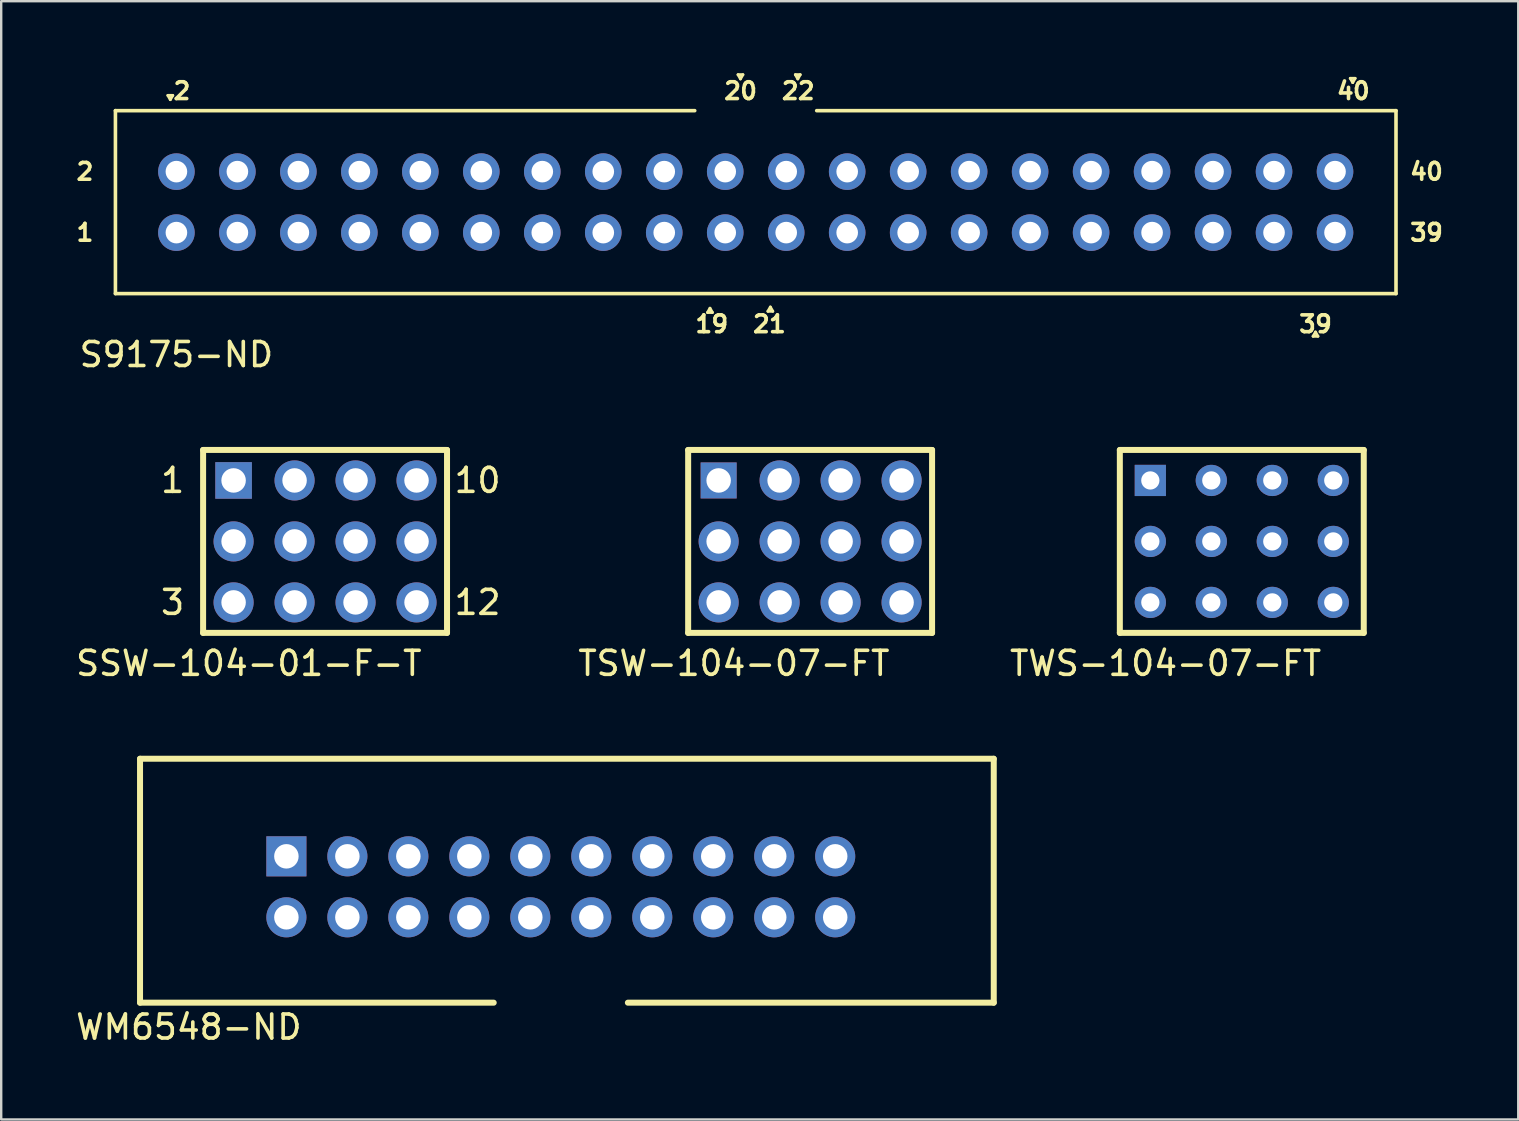
<source format=kicad_pcb>
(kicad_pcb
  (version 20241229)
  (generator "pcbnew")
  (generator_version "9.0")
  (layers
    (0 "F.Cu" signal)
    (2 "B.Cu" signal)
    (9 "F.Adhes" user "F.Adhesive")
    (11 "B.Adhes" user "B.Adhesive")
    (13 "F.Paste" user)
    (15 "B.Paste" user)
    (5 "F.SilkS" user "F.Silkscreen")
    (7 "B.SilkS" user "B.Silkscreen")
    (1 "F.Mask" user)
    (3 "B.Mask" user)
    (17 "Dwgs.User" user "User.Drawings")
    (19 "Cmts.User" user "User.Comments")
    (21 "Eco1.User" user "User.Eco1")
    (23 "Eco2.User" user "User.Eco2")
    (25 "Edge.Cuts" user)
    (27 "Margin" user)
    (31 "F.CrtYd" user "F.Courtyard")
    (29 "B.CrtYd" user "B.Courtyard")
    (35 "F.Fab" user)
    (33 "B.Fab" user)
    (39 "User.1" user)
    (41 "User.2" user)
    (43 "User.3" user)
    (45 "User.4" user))
  (footprint "SSW-104-01-F-T"
    (layer "F.Cu")
    (at 6.68 16.962)
    (property "Reference" "SSW-104-01-F-T" (at 0.635 7.62 0) (layer "F.SilkS") (effects (font (size 1 1) (thickness 0.15))))
    (attr through_hole)
    (fp_line (start -1.27 -1.27) (end -1.27 6.35) (stroke (width 0.25) (type solid)) (layer "F.SilkS"))
    (fp_line (start -1.27 6.35) (end 8.89 6.35) (stroke (width 0.25) (type solid)) (layer "F.SilkS"))
    (fp_line (start 8.89 -1.27) (end -1.27 -1.27) (stroke (width 0.25) (type solid)) (layer "F.SilkS"))
    (fp_line (start 8.89 6.35) (end 8.89 -1.27) (stroke (width 0.25) (type solid)) (layer "F.SilkS"))
    (fp_text user "10" (at 10.16 0 0) (layer "F.SilkS") (effects (font (size 1 1) (thickness 0.15))))
    (fp_text user "3" (at -2.54 5.08 0) (layer "F.SilkS") (effects (font (size 1 1) (thickness 0.15))))
    (fp_text user "1" (at -2.54 0 0) (layer "F.SilkS") (effects (font (size 1 1) (thickness 0.15))))
    (fp_text user "12" (at 10.16 5.08 0) (layer "F.SilkS") (effects (font (size 1 1) (thickness 0.15))))
    (pad "1" thru_hole rect (at 0 0) (size 1.524 1.524) (drill 1.02) (layers "*.Cu" "*.Mask"))
    (pad "2" thru_hole circle (at 0 2.54) (size 1.67 1.67) (drill 1.02) (layers "*.Cu" "*.Mask"))
    (pad "3" thru_hole circle (at 0 5.08) (size 1.67 1.67) (drill 1.02) (layers "*.Cu" "*.Mask"))
    (pad "4" thru_hole circle (at 2.54 0) (size 1.67 1.67) (drill 1.02) (layers "*.Cu" "*.Mask"))
    (pad "5" thru_hole circle (at 2.54 2.54) (size 1.67 1.67) (drill 1.02) (layers "*.Cu" "*.Mask"))
    (pad "6" thru_hole circle (at 2.54 5.08) (size 1.67 1.67) (drill 1.02) (layers "*.Cu" "*.Mask"))
    (pad "7" thru_hole circle (at 5.08 0) (size 1.67 1.67) (drill 1.02) (layers "*.Cu" "*.Mask"))
    (pad "8" thru_hole circle (at 5.08 2.54) (size 1.67 1.67) (drill 1.02) (layers "*.Cu" "*.Mask"))
    (pad "9" thru_hole circle (at 5.08 5.08) (size 1.67 1.67) (drill 1.02) (layers "*.Cu" "*.Mask"))
    (pad "10" thru_hole circle (at 7.62 0) (size 1.67 1.67) (drill 1.02) (layers "*.Cu" "*.Mask"))
    (pad "11" thru_hole circle (at 7.62 2.54) (size 1.67 1.67) (drill 1.02) (layers "*.Cu" "*.Mask"))
    (pad "12" thru_hole circle (at 7.62 5.08) (size 1.67 1.67) (drill 1.02) (layers "*.Cu" "*.Mask")))
  (footprint "TSW-104-07-FT"
    (layer "F.Cu")
    (at 26.884 16.962)
    (property "Reference" "TSW-104-07-FT" (at 0.635 7.62 0) (layer "F.SilkS") (effects (font (size 1 1) (thickness 0.15))))
    (attr through_hole)
    (fp_line (start -1.27 -1.27) (end -1.27 6.35) (stroke (width 0.25) (type solid)) (layer "F.SilkS"))
    (fp_line (start -1.27 6.35) (end 8.89 6.35) (stroke (width 0.25) (type solid)) (layer "F.SilkS"))
    (fp_line (start 8.89 -1.27) (end -1.27 -1.27) (stroke (width 0.25) (type solid)) (layer "F.SilkS"))
    (fp_line (start 8.89 6.35) (end 8.89 -1.27) (stroke (width 0.25) (type solid)) (layer "F.SilkS"))
    (pad "1" thru_hole rect (at 0 0) (size 1.5 1.5) (drill 1.02) (layers "*.Cu" "*.Mask"))
    (pad "2" thru_hole circle (at 0 2.54) (size 1.67 1.67) (drill 1.02) (layers "*.Cu" "*.Mask"))
    (pad "3" thru_hole circle (at 0 5.08) (size 1.67 1.67) (drill 1.02) (layers "*.Cu" "*.Mask"))
    (pad "4" thru_hole circle (at 2.54 0) (size 1.67 1.67) (drill 1.02) (layers "*.Cu" "*.Mask"))
    (pad "5" thru_hole circle (at 2.54 2.54) (size 1.67 1.67) (drill 1.02) (layers "*.Cu" "*.Mask"))
    (pad "6" thru_hole circle (at 2.54 5.08) (size 1.67 1.67) (drill 1.02) (layers "*.Cu" "*.Mask"))
    (pad "7" thru_hole circle (at 5.08 0) (size 1.67 1.67) (drill 1.02) (layers "*.Cu" "*.Mask"))
    (pad "8" thru_hole circle (at 5.08 2.54) (size 1.67 1.67) (drill 1.02) (layers "*.Cu" "*.Mask"))
    (pad "9" thru_hole circle (at 5.08 5.08) (size 1.67 1.67) (drill 1.02) (layers "*.Cu" "*.Mask"))
    (pad "10" thru_hole circle (at 7.62 0) (size 1.67 1.67) (drill 1.02) (layers "*.Cu" "*.Mask"))
    (pad "11" thru_hole circle (at 7.62 2.54) (size 1.67 1.67) (drill 1.02) (layers "*.Cu" "*.Mask"))
    (pad "12" thru_hole circle (at 7.62 5.08) (size 1.67 1.67) (drill 1.02) (layers "*.Cu" "*.Mask")))
  (footprint "WM6548-ND"
    (layer "F.Cu")
    (at 8.879 32.619)
    (property "Reference" "WM6548-ND" (at -4.064 7.112 0) (layer "F.SilkS") (effects (font (size 1 1) (thickness 0.15))))
    (attr through_hole)
    (fp_line (start -6.096 -4.064) (end -6.096 6.096) (stroke (width 0.25) (type solid)) (layer "F.SilkS"))
    (fp_line (start -6.096 6.096) (end 8.636 6.096) (stroke (width 0.25) (type solid)) (layer "F.SilkS"))
    (fp_line (start 29.464 -4.064) (end -6.096 -4.064) (stroke (width 0.25) (type solid)) (layer "F.SilkS"))
    (fp_line (start 29.464 6.096) (end 14.224 6.096) (stroke (width 0.25) (type solid)) (layer "F.SilkS"))
    (fp_line (start 29.464 6.096) (end 29.464 -4.064) (stroke (width 0.25) (type solid)) (layer "F.SilkS"))
    (pad "1" thru_hole rect (at 0 0) (size 1.67 1.67) (drill 1.02) (layers "*.Cu" "*.Mask"))
    (pad "2" thru_hole circle (at 0 2.54) (size 1.67 1.67) (drill 1.02) (layers "*.Cu" "*.Mask"))
    (pad "3" thru_hole circle (at 2.54 0) (size 1.67 1.67) (drill 1.02) (layers "*.Cu" "*.Mask"))
    (pad "4" thru_hole circle (at 2.54 2.54) (size 1.67 1.67) (drill 1.02) (layers "*.Cu" "*.Mask"))
    (pad "5" thru_hole circle (at 5.08 0) (size 1.67 1.67) (drill 1.02) (layers "*.Cu" "*.Mask"))
    (pad "6" thru_hole circle (at 5.08 2.54) (size 1.67 1.67) (drill 1.02) (layers "*.Cu" "*.Mask"))
    (pad "7" thru_hole circle (at 7.62 0) (size 1.67 1.67) (drill 1.02) (layers "*.Cu" "*.Mask"))
    (pad "8" thru_hole circle (at 7.62 2.54) (size 1.67 1.67) (drill 1.02) (layers "*.Cu" "*.Mask"))
    (pad "9" thru_hole circle (at 10.16 0) (size 1.67 1.67) (drill 1.02) (layers "*.Cu" "*.Mask"))
    (pad "10" thru_hole circle (at 10.16 2.54) (size 1.67 1.67) (drill 1.02) (layers "*.Cu" "*.Mask"))
    (pad "11" thru_hole circle (at 12.7 0) (size 1.67 1.67) (drill 1.02) (layers "*.Cu" "*.Mask"))
    (pad "12" thru_hole circle (at 12.7 2.54) (size 1.67 1.67) (drill 1.02) (layers "*.Cu" "*.Mask"))
    (pad "13" thru_hole circle (at 15.24 0) (size 1.67 1.67) (drill 1.02) (layers "*.Cu" "*.Mask"))
    (pad "14" thru_hole circle (at 15.24 2.54) (size 1.67 1.67) (drill 1.02) (layers "*.Cu" "*.Mask"))
    (pad "15" thru_hole circle (at 17.78 0) (size 1.67 1.67) (drill 1.02) (layers "*.Cu" "*.Mask"))
    (pad "16" thru_hole circle (at 17.78 2.54) (size 1.67 1.67) (drill 1.02) (layers "*.Cu" "*.Mask"))
    (pad "17" thru_hole circle (at 20.32 0) (size 1.67 1.67) (drill 1.02) (layers "*.Cu" "*.Mask"))
    (pad "18" thru_hole circle (at 20.32 2.54) (size 1.67 1.67) (drill 1.02) (layers "*.Cu" "*.Mask"))
    (pad "19" thru_hole circle (at 22.86 0) (size 1.67 1.67) (drill 1.02) (layers "*.Cu" "*.Mask"))
    (pad "20" thru_hole circle (at 22.86 2.54) (size 1.67 1.67) (drill 1.02) (layers "*.Cu" "*.Mask")))
  (footprint "S9175-ND"
    (layer "F.Cu")
    (at 4.298 6.639)
    (property "Reference" "S9175-ND" (at 0 5.08 0) (layer "F.SilkS") (effects (font (size 1 1) (thickness 0.15))))
    (attr through_hole)
    (fp_line (start -2.54 -5.08) (end -2.54 2.54) (stroke (width 0.15) (type solid)) (layer "F.SilkS"))
    (fp_line (start -2.54 2.54) (end 50.8 2.54) (stroke (width 0.15) (type solid)) (layer "F.SilkS"))
    (fp_line (start -0.254 -5.537) (end -0.356 -5.715) (stroke (width 0.12) (type solid)) (layer "F.SilkS"))
    (fp_line (start -0.152 -5.715) (end -0.356 -5.715) (stroke (width 0.12) (type solid)) (layer "F.SilkS"))
    (fp_line (start -0.152 -5.715) (end -0.254 -5.537) (stroke (width 0.12) (type solid)) (layer "F.SilkS"))
    (fp_line (start 21.59 -5.08) (end -2.54 -5.08) (stroke (width 0.15) (type solid)) (layer "F.SilkS"))
    (fp_line (start 22.225 3.15) (end 22.123 3.327) (stroke (width 0.12) (type solid)) (layer "F.SilkS"))
    (fp_line (start 22.225 3.15) (end 22.327 3.327) (stroke (width 0.12) (type solid)) (layer "F.SilkS"))
    (fp_line (start 22.327 3.327) (end 22.123 3.327) (stroke (width 0.12) (type solid)) (layer "F.SilkS"))
    (fp_line (start 23.495 -6.401) (end 23.393 -6.579) (stroke (width 0.12) (type solid)) (layer "F.SilkS"))
    (fp_line (start 23.597 -6.579) (end 23.393 -6.579) (stroke (width 0.12) (type solid)) (layer "F.SilkS"))
    (fp_line (start 23.597 -6.579) (end 23.495 -6.401) (stroke (width 0.12) (type solid)) (layer "F.SilkS"))
    (fp_line (start 24.74 3.099) (end 24.638 3.277) (stroke (width 0.12) (type solid)) (layer "F.SilkS"))
    (fp_line (start 24.74 3.099) (end 24.841 3.277) (stroke (width 0.12) (type solid)) (layer "F.SilkS"))
    (fp_line (start 24.841 3.277) (end 24.638 3.277) (stroke (width 0.12) (type solid)) (layer "F.SilkS"))
    (fp_line (start 25.883 -6.401) (end 25.781 -6.579) (stroke (width 0.12) (type solid)) (layer "F.SilkS"))
    (fp_line (start 25.984 -6.579) (end 25.781 -6.579) (stroke (width 0.12) (type solid)) (layer "F.SilkS"))
    (fp_line (start 25.984 -6.579) (end 25.883 -6.401) (stroke (width 0.12) (type solid)) (layer "F.SilkS"))
    (fp_line (start 47.447 4.14) (end 47.346 4.318) (stroke (width 0.12) (type solid)) (layer "F.SilkS"))
    (fp_line (start 47.447 4.14) (end 47.549 4.318) (stroke (width 0.12) (type solid)) (layer "F.SilkS"))
    (fp_line (start 47.549 4.318) (end 47.346 4.318) (stroke (width 0.12) (type solid)) (layer "F.SilkS"))
    (fp_line (start 48.997 -6.248) (end 48.895 -6.426) (stroke (width 0.12) (type solid)) (layer "F.SilkS"))
    (fp_line (start 49.098 -6.426) (end 48.895 -6.426) (stroke (width 0.12) (type solid)) (layer "F.SilkS"))
    (fp_line (start 49.098 -6.426) (end 48.997 -6.248) (stroke (width 0.12) (type solid)) (layer "F.SilkS"))
    (fp_line (start 50.8 -5.08) (end 26.67 -5.08) (stroke (width 0.15) (type solid)) (layer "F.SilkS"))
    (fp_line (start 50.8 2.54) (end 50.8 -5.08) (stroke (width 0.15) (type solid)) (layer "F.SilkS"))
    (fp_text user "2" (at -3.81 -2.54 0) (layer "F.SilkS") (effects (font (size 0.7 0.7) (thickness 0.15))))
    (fp_text user "21" (at 24.7 3.81 0) (layer "F.SilkS") (effects (font (size 0.7 0.7) (thickness 0.15))))
    (fp_text user "22" (at 25.9 -5.9 0) (layer "F.SilkS") (effects (font (size 0.7 0.7) (thickness 0.15))))
    (fp_text user "39" (at 52.07 0 0) (layer "F.SilkS") (effects (font (size 0.7 0.7) (thickness 0.15))))
    (fp_text user "39" (at 47.447 3.81 0) (layer "F.SilkS") (effects (font (size 0.7 0.7) (thickness 0.15))))
    (fp_text user "40" (at 52.07 -2.54 180) (layer "F.SilkS") (effects (font (size 0.7 0.7) (thickness 0.15))))
    (fp_text user "1" (at -3.81 0 0) (layer "F.SilkS") (effects (font (size 0.7 0.7) (thickness 0.15))))
    (fp_text user "20" (at 23.5 -5.9 0) (layer "F.SilkS") (effects (font (size 0.7 0.7) (thickness 0.15))))
    (fp_text user "2" (at 0.229 -5.9 0) (layer "F.SilkS") (effects (font (size 0.7 0.7) (thickness 0.15))))
    (fp_text user "40" (at 49.022 -5.9 0) (layer "F.SilkS") (effects (font (size 0.7 0.7) (thickness 0.15))))
    (fp_text user "19" (at 22.3 3.81 0) (layer "F.SilkS") (effects (font (size 0.7 0.7) (thickness 0.15))))
    (pad "1" thru_hole circle (at 0 0) (size 1.524 1.524) (drill 0.9) (layers "*.Cu" "*.Mask"))
    (pad "2" thru_hole circle (at 0 -2.54) (size 1.524 1.524) (drill 0.9) (layers "*.Cu" "*.Mask"))
    (pad "3" thru_hole circle (at 2.54 0) (size 1.524 1.524) (drill 0.9) (layers "*.Cu" "*.Mask"))
    (pad "4" thru_hole circle (at 2.54 -2.54) (size 1.524 1.524) (drill 0.9) (layers "*.Cu" "*.Mask"))
    (pad "5" thru_hole circle (at 5.08 0) (size 1.524 1.524) (drill 0.9) (layers "*.Cu" "*.Mask"))
    (pad "6" thru_hole circle (at 5.08 -2.54) (size 1.524 1.524) (drill 0.9) (layers "*.Cu" "*.Mask"))
    (pad "7" thru_hole circle (at 7.62 0) (size 1.524 1.524) (drill 0.9) (layers "*.Cu" "*.Mask"))
    (pad "8" thru_hole circle (at 7.62 -2.54) (size 1.524 1.524) (drill 0.9) (layers "*.Cu" "*.Mask"))
    (pad "9" thru_hole circle (at 10.16 0) (size 1.524 1.524) (drill 0.9) (layers "*.Cu" "*.Mask"))
    (pad "10" thru_hole circle (at 10.16 -2.54) (size 1.524 1.524) (drill 0.9) (layers "*.Cu" "*.Mask"))
    (pad "11" thru_hole circle (at 12.7 0) (size 1.524 1.524) (drill 0.9) (layers "*.Cu" "*.Mask"))
    (pad "12" thru_hole circle (at 12.7 -2.54) (size 1.524 1.524) (drill 0.9) (layers "*.Cu" "*.Mask"))
    (pad "13" thru_hole circle (at 15.24 0) (size 1.524 1.524) (drill 0.9) (layers "*.Cu" "*.Mask"))
    (pad "14" thru_hole circle (at 15.24 -2.54) (size 1.524 1.524) (drill 0.9) (layers "*.Cu" "*.Mask"))
    (pad "15" thru_hole circle (at 17.78 0) (size 1.524 1.524) (drill 0.9) (layers "*.Cu" "*.Mask"))
    (pad "16" thru_hole circle (at 17.78 -2.54) (size 1.524 1.524) (drill 0.9) (layers "*.Cu" "*.Mask"))
    (pad "17" thru_hole circle (at 20.32 0) (size 1.524 1.524) (drill 0.9) (layers "*.Cu" "*.Mask"))
    (pad "18" thru_hole circle (at 20.32 -2.54) (size 1.524 1.524) (drill 0.9) (layers "*.Cu" "*.Mask"))
    (pad "19" thru_hole circle (at 22.86 0) (size 1.524 1.524) (drill 0.9) (layers "*.Cu" "*.Mask"))
    (pad "20" thru_hole circle (at 22.86 -2.54) (size 1.524 1.524) (drill 0.9) (layers "*.Cu" "*.Mask"))
    (pad "21" thru_hole circle (at 25.4 0) (size 1.524 1.524) (drill 0.9) (layers "*.Cu" "*.Mask"))
    (pad "22" thru_hole circle (at 25.4 -2.54) (size 1.524 1.524) (drill 0.9) (layers "*.Cu" "*.Mask"))
    (pad "23" thru_hole circle (at 27.94 0) (size 1.524 1.524) (drill 0.9) (layers "*.Cu" "*.Mask"))
    (pad "24" thru_hole circle (at 27.94 -2.54) (size 1.524 1.524) (drill 0.9) (layers "*.Cu" "*.Mask"))
    (pad "25" thru_hole circle (at 30.48 0) (size 1.524 1.524) (drill 0.9) (layers "*.Cu" "*.Mask"))
    (pad "26" thru_hole circle (at 30.48 -2.54) (size 1.524 1.524) (drill 0.9) (layers "*.Cu" "*.Mask"))
    (pad "27" thru_hole circle (at 33.02 0) (size 1.524 1.524) (drill 0.9) (layers "*.Cu" "*.Mask"))
    (pad "28" thru_hole circle (at 33.02 -2.54) (size 1.524 1.524) (drill 0.9) (layers "*.Cu" "*.Mask"))
    (pad "29" thru_hole circle (at 35.56 0) (size 1.524 1.524) (drill 0.9) (layers "*.Cu" "*.Mask"))
    (pad "30" thru_hole circle (at 35.56 -2.54) (size 1.524 1.524) (drill 0.9) (layers "*.Cu" "*.Mask"))
    (pad "31" thru_hole circle (at 38.1 0) (size 1.524 1.524) (drill 0.9) (layers "*.Cu" "*.Mask"))
    (pad "32" thru_hole circle (at 38.1 -2.54) (size 1.524 1.524) (drill 0.9) (layers "*.Cu" "*.Mask"))
    (pad "33" thru_hole circle (at 40.64 0) (size 1.524 1.524) (drill 0.9) (layers "*.Cu" "*.Mask"))
    (pad "34" thru_hole circle (at 40.64 -2.54) (size 1.524 1.524) (drill 0.9) (layers "*.Cu" "*.Mask"))
    (pad "35" thru_hole circle (at 43.18 0) (size 1.524 1.524) (drill 0.9) (layers "*.Cu" "*.Mask"))
    (pad "36" thru_hole circle (at 43.18 -2.54) (size 1.524 1.524) (drill 0.9) (layers "*.Cu" "*.Mask"))
    (pad "37" thru_hole circle (at 45.72 0) (size 1.524 1.524) (drill 0.9) (layers "*.Cu" "*.Mask"))
    (pad "38" thru_hole circle (at 45.72 -2.54) (size 1.524 1.524) (drill 0.9) (layers "*.Cu" "*.Mask"))
    (pad "39" thru_hole circle (at 48.26 0) (size 1.524 1.524) (drill 0.9) (layers "*.Cu" "*.Mask"))
    (pad "40" thru_hole circle (at 48.26 -2.54) (size 1.524 1.524) (drill 0.9) (layers "*.Cu" "*.Mask")))
  (footprint "TWS-104-07-FT"
    (layer "F.Cu")
    (at 44.865 16.962)
    (property "Reference" "TWS-104-07-FT" (at 0.635 7.62 0) (layer "F.SilkS") (effects (font (size 1 1) (thickness 0.15))))
    (attr through_hole)
    (fp_line (start -1.27 -1.27) (end -1.27 6.35) (stroke (width 0.25) (type solid)) (layer "F.SilkS"))
    (fp_line (start -1.27 6.35) (end 8.89 6.35) (stroke (width 0.25) (type solid)) (layer "F.SilkS"))
    (fp_line (start 8.89 -1.27) (end -1.27 -1.27) (stroke (width 0.25) (type solid)) (layer "F.SilkS"))
    (fp_line (start 8.89 6.35) (end 8.89 -1.27) (stroke (width 0.25) (type solid)) (layer "F.SilkS"))
    (pad "1" thru_hole rect (at 0 0) (size 1.3 1.3) (drill 0.76) (layers "*.Cu" "*.Mask"))
    (pad "2" thru_hole circle (at 0 2.54) (size 1.3 1.3) (drill 0.76) (layers "*.Cu" "*.Mask"))
    (pad "3" thru_hole circle (at 0 5.08) (size 1.3 1.3) (drill 0.76) (layers "*.Cu" "*.Mask"))
    (pad "4" thru_hole circle (at 2.54 0) (size 1.3 1.3) (drill 0.76) (layers "*.Cu" "*.Mask"))
    (pad "5" thru_hole circle (at 2.54 2.54) (size 1.3 1.3) (drill 0.76) (layers "*.Cu" "*.Mask"))
    (pad "6" thru_hole circle (at 2.54 5.08) (size 1.3 1.3) (drill 0.76) (layers "*.Cu" "*.Mask"))
    (pad "7" thru_hole circle (at 5.08 0) (size 1.3 1.3) (drill 0.76) (layers "*.Cu" "*.Mask"))
    (pad "8" thru_hole circle (at 5.08 2.54) (size 1.3 1.3) (drill 0.76) (layers "*.Cu" "*.Mask"))
    (pad "9" thru_hole circle (at 5.08 5.08) (size 1.3 1.3) (drill 0.76) (layers "*.Cu" "*.Mask"))
    (pad "10" thru_hole circle (at 7.62 0) (size 1.3 1.3) (drill 0.76) (layers "*.Cu" "*.Mask"))
    (pad "11" thru_hole circle (at 7.62 2.54) (size 1.3 1.3) (drill 0.76) (layers "*.Cu" "*.Mask"))
    (pad "12" thru_hole circle (at 7.62 5.08) (size 1.3 1.3) (drill 0.76) (layers "*.Cu" "*.Mask")))
  (gr_rect
    (start -3 -3)
    (end 60.19 43.579)
    (stroke (width 0.1) (type default))
    (fill no)
    (layer "Edge.Cuts")))
</source>
